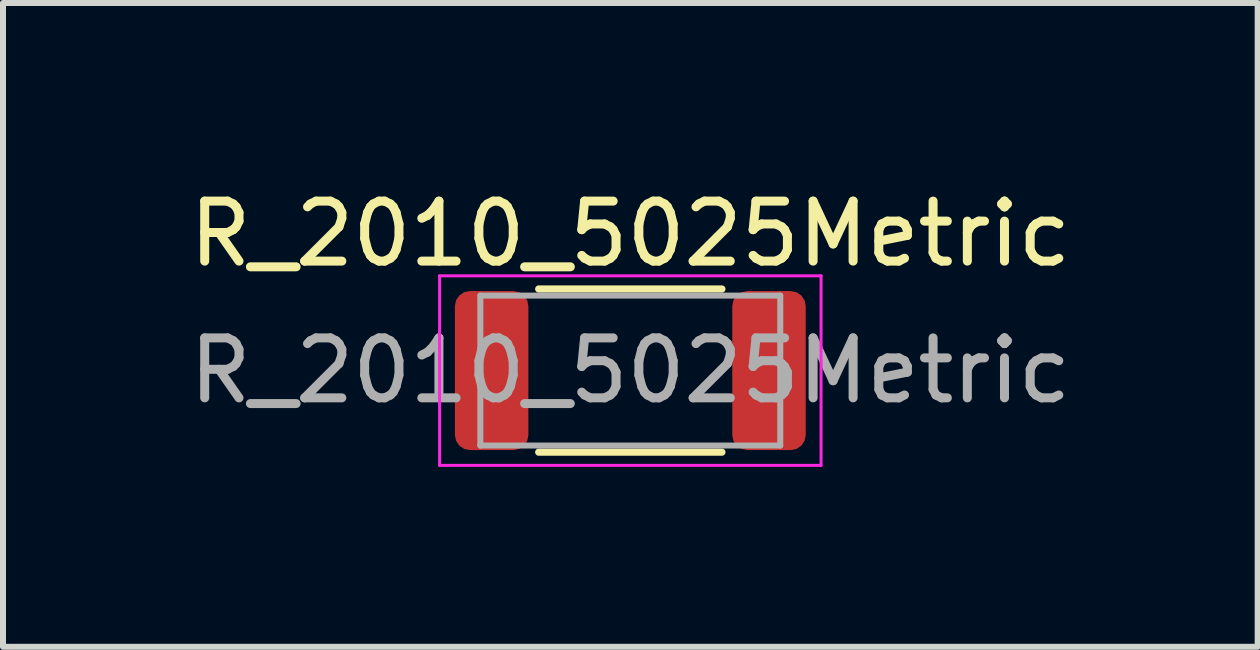
<source format=kicad_pcb>
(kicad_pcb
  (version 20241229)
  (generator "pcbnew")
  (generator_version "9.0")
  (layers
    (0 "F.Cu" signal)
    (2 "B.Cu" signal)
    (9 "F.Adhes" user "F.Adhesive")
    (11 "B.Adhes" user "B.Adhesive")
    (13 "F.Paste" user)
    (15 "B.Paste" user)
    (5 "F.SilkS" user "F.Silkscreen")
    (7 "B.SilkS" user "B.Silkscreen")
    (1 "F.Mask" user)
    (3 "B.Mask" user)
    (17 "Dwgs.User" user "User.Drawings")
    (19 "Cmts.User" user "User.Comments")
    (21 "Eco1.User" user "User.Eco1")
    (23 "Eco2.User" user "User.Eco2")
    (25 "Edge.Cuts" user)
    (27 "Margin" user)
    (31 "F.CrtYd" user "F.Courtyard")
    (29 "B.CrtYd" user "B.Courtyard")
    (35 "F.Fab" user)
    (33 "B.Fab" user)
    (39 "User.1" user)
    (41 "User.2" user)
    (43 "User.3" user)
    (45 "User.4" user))
  (footprint "R_2010_5025Metric"
    (layer "F.Cu")
    (at 7.458 3.128)
    (property "Reference" "R_2010_5025Metric" (at 0 -2.28 0) (layer "F.SilkS") (effects (font (size 1 1) (thickness 0.15))))
    (attr smd)
    (fp_line (start -1.527 -1.36) (end 1.527 -1.36) (stroke (width 0.12) (type solid)) (layer "F.SilkS"))
    (fp_line (start -1.527 1.36) (end 1.527 1.36) (stroke (width 0.12) (type solid)) (layer "F.SilkS"))
    (fp_line (start -3.18 -1.58) (end 3.18 -1.58) (stroke (width 0.05) (type solid)) (layer "F.CrtYd"))
    (fp_line (start -3.18 1.58) (end -3.18 -1.58) (stroke (width 0.05) (type solid)) (layer "F.CrtYd"))
    (fp_line (start 3.18 -1.58) (end 3.18 1.58) (stroke (width 0.05) (type solid)) (layer "F.CrtYd"))
    (fp_line (start 3.18 1.58) (end -3.18 1.58) (stroke (width 0.05) (type solid)) (layer "F.CrtYd"))
    (fp_line (start -2.5 -1.25) (end 2.5 -1.25) (stroke (width 0.1) (type solid)) (layer "F.Fab"))
    (fp_line (start -2.5 1.25) (end -2.5 -1.25) (stroke (width 0.1) (type solid)) (layer "F.Fab"))
    (fp_line (start 2.5 -1.25) (end 2.5 1.25) (stroke (width 0.1) (type solid)) (layer "F.Fab"))
    (fp_line (start 2.5 1.25) (end -2.5 1.25) (stroke (width 0.1) (type solid)) (layer "F.Fab"))
    (fp_text user "${REFERENCE}" (at 0 0 0) (layer "F.Fab") (effects (font (size 1 1) (thickness 0.15))))
    (pad "1" smd roundrect (at -2.312 0) (size 1.225 2.65) (layers "F.Cu" "F.Mask" "F.Paste") (roundrect_rratio 0.204))
    (pad "2" smd roundrect (at 2.312 0) (size 1.225 2.65) (layers "F.Cu" "F.Mask" "F.Paste") (roundrect_rratio 0.204)))
  (gr_rect
    (start -3 -3)
    (end 17.917 7.733)
    (stroke (width 0.1) (type default))
    (fill no)
    (layer "Edge.Cuts")))
</source>
